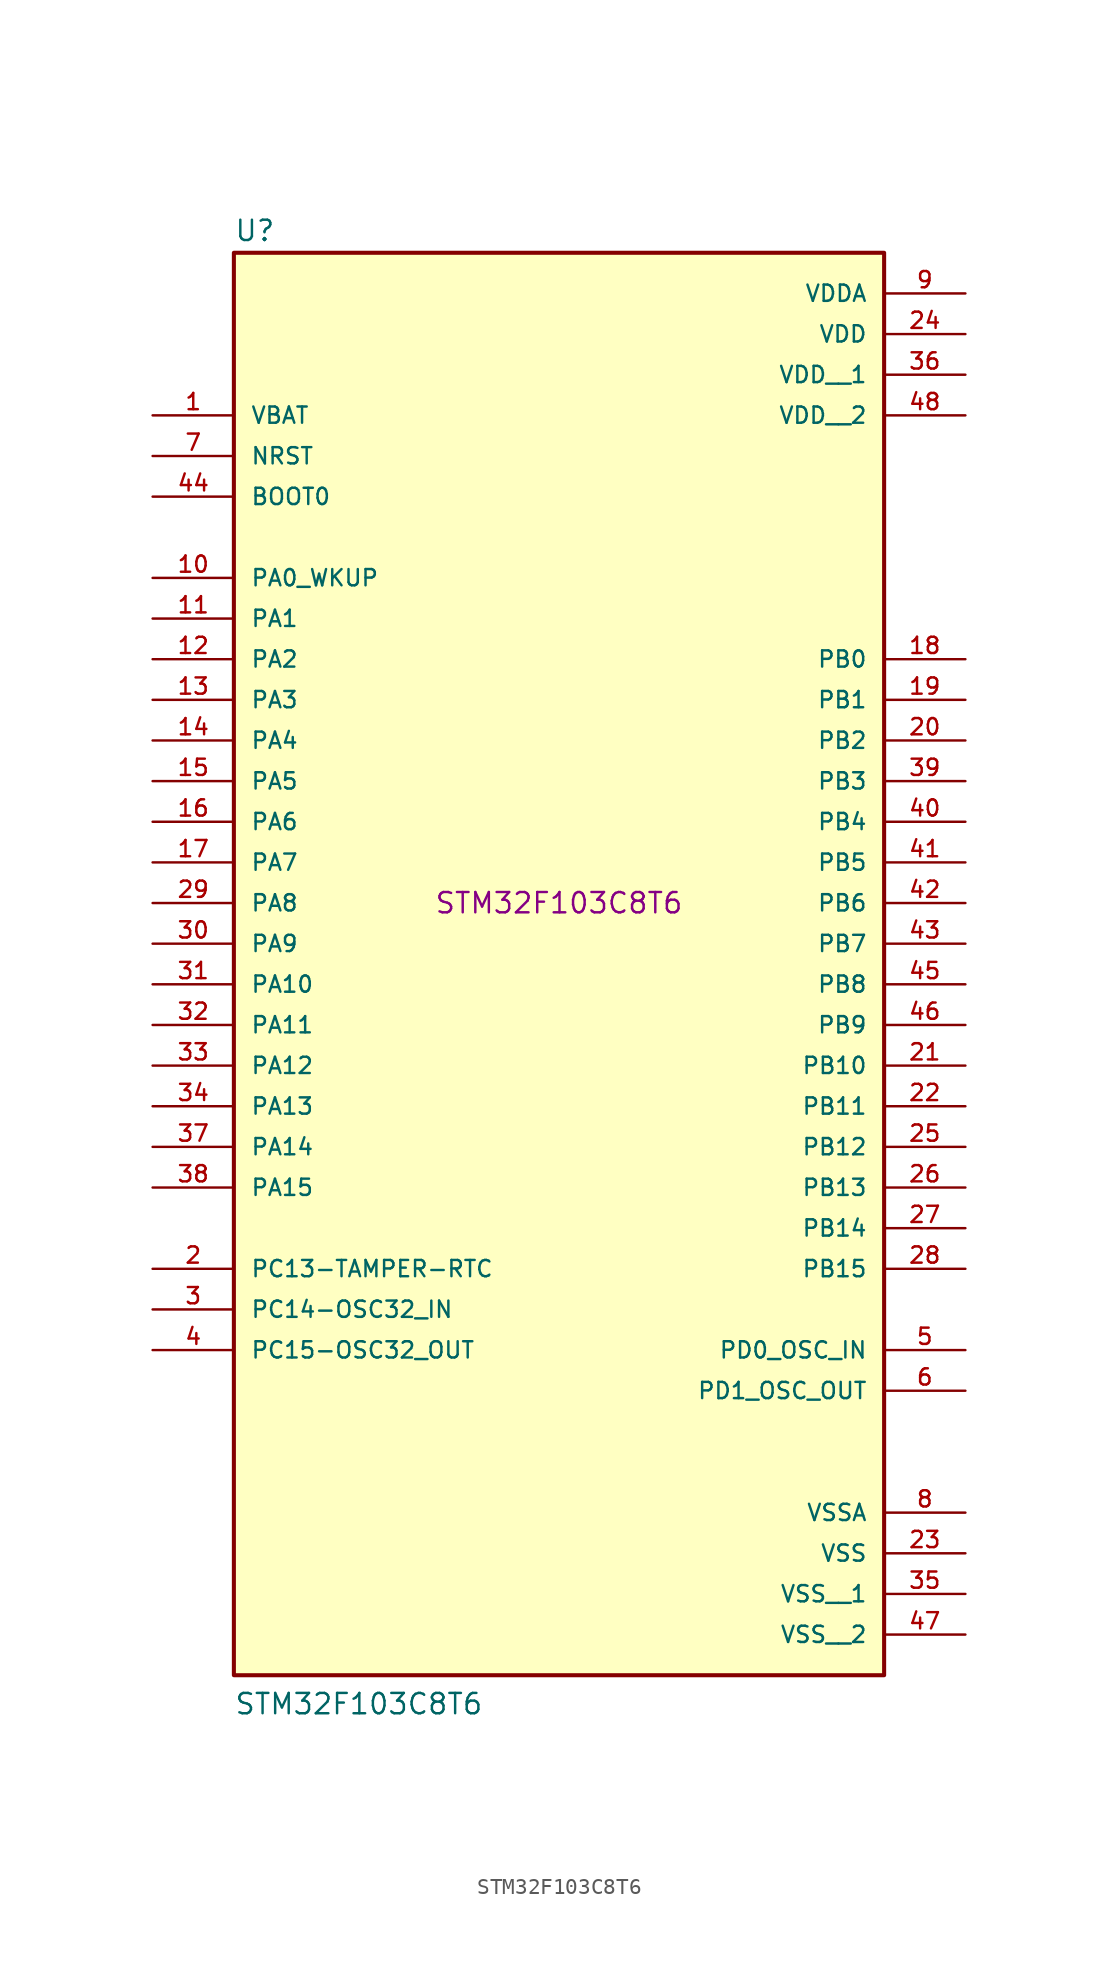
<source format=kicad_sym>
(kicad_symbol_lib
  (version 20231120)
  (generator "kicad_symbol_editor")
  (generator_version "8.0")
  (symbol "STM32F103C8T6"
    (pin_names
      (offset 1.016))
    (property "Reference" "U"
      (at -20.32 41.275 0)
      (effects (font (size 1.27 1.27)) (justify left bottom)))
    (property "Value" "STM32F103C8T6"
      (at -20.32 -50.8 0)
      (effects (font (size 1.27 1.27)) (justify left bottom)))
    (property "Manufacturer Part Number" "STM32F103C8T6"
      (at 0 0 0)
      (effects (font (size 1.27 1.27))))
    (symbol "STM32F103C8T6_0_0"
      (rectangle (start -20.32 -48.26) (end 20.32 40.64) (stroke (width 0.254) (type default)) (fill (type background)))
      (pin bidirectional line (at -25.4 30.48 0) (length 5.08) (name "VBAT" (effects (font (size 1.016 1.016)))) (number "1" (effects (font (size 1.016 1.016)))))
      (pin bidirectional line (at -25.4 20.32 0) (length 5.08) (name "PA0_WKUP" (effects (font (size 1.016 1.016)))) (number "10" (effects (font (size 1.016 1.016)))))
      (pin bidirectional line (at -25.4 17.78 0) (length 5.08) (name "PA1" (effects (font (size 1.016 1.016)))) (number "11" (effects (font (size 1.016 1.016)))))
      (pin bidirectional line (at -25.4 15.24 0) (length 5.08) (name "PA2" (effects (font (size 1.016 1.016)))) (number "12" (effects (font (size 1.016 1.016)))))
      (pin bidirectional line (at -25.4 12.7 0) (length 5.08) (name "PA3" (effects (font (size 1.016 1.016)))) (number "13" (effects (font (size 1.016 1.016)))))
      (pin bidirectional line (at -25.4 10.16 0) (length 5.08) (name "PA4" (effects (font (size 1.016 1.016)))) (number "14" (effects (font (size 1.016 1.016)))))
      (pin bidirectional line (at -25.4 7.62 0) (length 5.08) (name "PA5" (effects (font (size 1.016 1.016)))) (number "15" (effects (font (size 1.016 1.016)))))
      (pin bidirectional line (at -25.4 5.08 0) (length 5.08) (name "PA6" (effects (font (size 1.016 1.016)))) (number "16" (effects (font (size 1.016 1.016)))))
      (pin bidirectional line (at -25.4 2.54 0) (length 5.08) (name "PA7" (effects (font (size 1.016 1.016)))) (number "17" (effects (font (size 1.016 1.016)))))
      (pin bidirectional line (at 25.4 15.24 180) (length 5.08) (name "PB0" (effects (font (size 1.016 1.016)))) (number "18" (effects (font (size 1.016 1.016)))))
      (pin bidirectional line (at 25.4 12.7 180) (length 5.08) (name "PB1" (effects (font (size 1.016 1.016)))) (number "19" (effects (font (size 1.016 1.016)))))
      (pin bidirectional line (at -25.4 -22.86 0) (length 5.08) (name "PC13-TAMPER-RTC" (effects (font (size 1.016 1.016)))) (number "2" (effects (font (size 1.016 1.016)))))
      (pin bidirectional line (at 25.4 10.16 180) (length 5.08) (name "PB2" (effects (font (size 1.016 1.016)))) (number "20" (effects (font (size 1.016 1.016)))))
      (pin bidirectional line (at 25.4 -10.16 180) (length 5.08) (name "PB10" (effects (font (size 1.016 1.016)))) (number "21" (effects (font (size 1.016 1.016)))))
      (pin bidirectional line (at 25.4 -12.7 180) (length 5.08) (name "PB11" (effects (font (size 1.016 1.016)))) (number "22" (effects (font (size 1.016 1.016)))))
      (pin power_in line (at 25.4 -40.64 180) (length 5.08) (name "VSS" (effects (font (size 1.016 1.016)))) (number "23" (effects (font (size 1.016 1.016)))))
      (pin power_in line (at 25.4 35.56 180) (length 5.08) (name "VDD" (effects (font (size 1.016 1.016)))) (number "24" (effects (font (size 1.016 1.016)))))
      (pin bidirectional line (at 25.4 -15.24 180) (length 5.08) (name "PB12" (effects (font (size 1.016 1.016)))) (number "25" (effects (font (size 1.016 1.016)))))
      (pin bidirectional line (at 25.4 -17.78 180) (length 5.08) (name "PB13" (effects (font (size 1.016 1.016)))) (number "26" (effects (font (size 1.016 1.016)))))
      (pin bidirectional line (at 25.4 -20.32 180) (length 5.08) (name "PB14" (effects (font (size 1.016 1.016)))) (number "27" (effects (font (size 1.016 1.016)))))
      (pin bidirectional line (at 25.4 -22.86 180) (length 5.08) (name "PB15" (effects (font (size 1.016 1.016)))) (number "28" (effects (font (size 1.016 1.016)))))
      (pin bidirectional line (at -25.4 0 0) (length 5.08) (name "PA8" (effects (font (size 1.016 1.016)))) (number "29" (effects (font (size 1.016 1.016)))))
      (pin bidirectional line (at -25.4 -25.4 0) (length 5.08) (name "PC14-OSC32_IN" (effects (font (size 1.016 1.016)))) (number "3" (effects (font (size 1.016 1.016)))))
      (pin bidirectional line (at -25.4 -2.54 0) (length 5.08) (name "PA9" (effects (font (size 1.016 1.016)))) (number "30" (effects (font (size 1.016 1.016)))))
      (pin bidirectional line (at -25.4 -5.08 0) (length 5.08) (name "PA10" (effects (font (size 1.016 1.016)))) (number "31" (effects (font (size 1.016 1.016)))))
      (pin bidirectional line (at -25.4 -7.62 0) (length 5.08) (name "PA11" (effects (font (size 1.016 1.016)))) (number "32" (effects (font (size 1.016 1.016)))))
      (pin bidirectional line (at -25.4 -10.16 0) (length 5.08) (name "PA12" (effects (font (size 1.016 1.016)))) (number "33" (effects (font (size 1.016 1.016)))))
      (pin bidirectional line (at -25.4 -12.7 0) (length 5.08) (name "PA13" (effects (font (size 1.016 1.016)))) (number "34" (effects (font (size 1.016 1.016)))))
      (pin power_in line (at 25.4 -43.18 180) (length 5.08) (name "VSS__1" (effects (font (size 1.016 1.016)))) (number "35" (effects (font (size 1.016 1.016)))))
      (pin power_in line (at 25.4 33.02 180) (length 5.08) (name "VDD__1" (effects (font (size 1.016 1.016)))) (number "36" (effects (font (size 1.016 1.016)))))
      (pin bidirectional line (at -25.4 -15.24 0) (length 5.08) (name "PA14" (effects (font (size 1.016 1.016)))) (number "37" (effects (font (size 1.016 1.016)))))
      (pin bidirectional line (at -25.4 -17.78 0) (length 5.08) (name "PA15" (effects (font (size 1.016 1.016)))) (number "38" (effects (font (size 1.016 1.016)))))
      (pin bidirectional line (at 25.4 7.62 180) (length 5.08) (name "PB3" (effects (font (size 1.016 1.016)))) (number "39" (effects (font (size 1.016 1.016)))))
      (pin bidirectional line (at -25.4 -27.94 0) (length 5.08) (name "PC15-OSC32_OUT" (effects (font (size 1.016 1.016)))) (number "4" (effects (font (size 1.016 1.016)))))
      (pin bidirectional line (at 25.4 5.08 180) (length 5.08) (name "PB4" (effects (font (size 1.016 1.016)))) (number "40" (effects (font (size 1.016 1.016)))))
      (pin bidirectional line (at 25.4 2.54 180) (length 5.08) (name "PB5" (effects (font (size 1.016 1.016)))) (number "41" (effects (font (size 1.016 1.016)))))
      (pin bidirectional line (at 25.4 0 180) (length 5.08) (name "PB6" (effects (font (size 1.016 1.016)))) (number "42" (effects (font (size 1.016 1.016)))))
      (pin bidirectional line (at 25.4 -2.54 180) (length 5.08) (name "PB7" (effects (font (size 1.016 1.016)))) (number "43" (effects (font (size 1.016 1.016)))))
      (pin input line (at -25.4 25.4 0) (length 5.08) (name "BOOT0" (effects (font (size 1.016 1.016)))) (number "44" (effects (font (size 1.016 1.016)))))
      (pin bidirectional line (at 25.4 -5.08 180) (length 5.08) (name "PB8" (effects (font (size 1.016 1.016)))) (number "45" (effects (font (size 1.016 1.016)))))
      (pin bidirectional line (at 25.4 -7.62 180) (length 5.08) (name "PB9" (effects (font (size 1.016 1.016)))) (number "46" (effects (font (size 1.016 1.016)))))
      (pin power_in line (at 25.4 -45.72 180) (length 5.08) (name "VSS__2" (effects (font (size 1.016 1.016)))) (number "47" (effects (font (size 1.016 1.016)))))
      (pin power_in line (at 25.4 30.48 180) (length 5.08) (name "VDD__2" (effects (font (size 1.016 1.016)))) (number "48" (effects (font (size 1.016 1.016)))))
      (pin bidirectional line (at 25.4 -27.94 180) (length 5.08) (name "PD0_OSC_IN" (effects (font (size 1.016 1.016)))) (number "5" (effects (font (size 1.016 1.016)))))
      (pin bidirectional line (at 25.4 -30.48 180) (length 5.08) (name "PD1_OSC_OUT" (effects (font (size 1.016 1.016)))) (number "6" (effects (font (size 1.016 1.016)))))
      (pin input line (at -25.4 27.94 0) (length 5.08) (name "NRST" (effects (font (size 1.016 1.016)))) (number "7" (effects (font (size 1.016 1.016)))))
      (pin power_in line (at 25.4 -38.1 180) (length 5.08) (name "VSSA" (effects (font (size 1.016 1.016)))) (number "8" (effects (font (size 1.016 1.016)))))
      (pin power_in line (at 25.4 38.1 180) (length 5.08) (name "VDDA" (effects (font (size 1.016 1.016)))) (number "9" (effects (font (size 1.016 1.016))))))))
</source>
